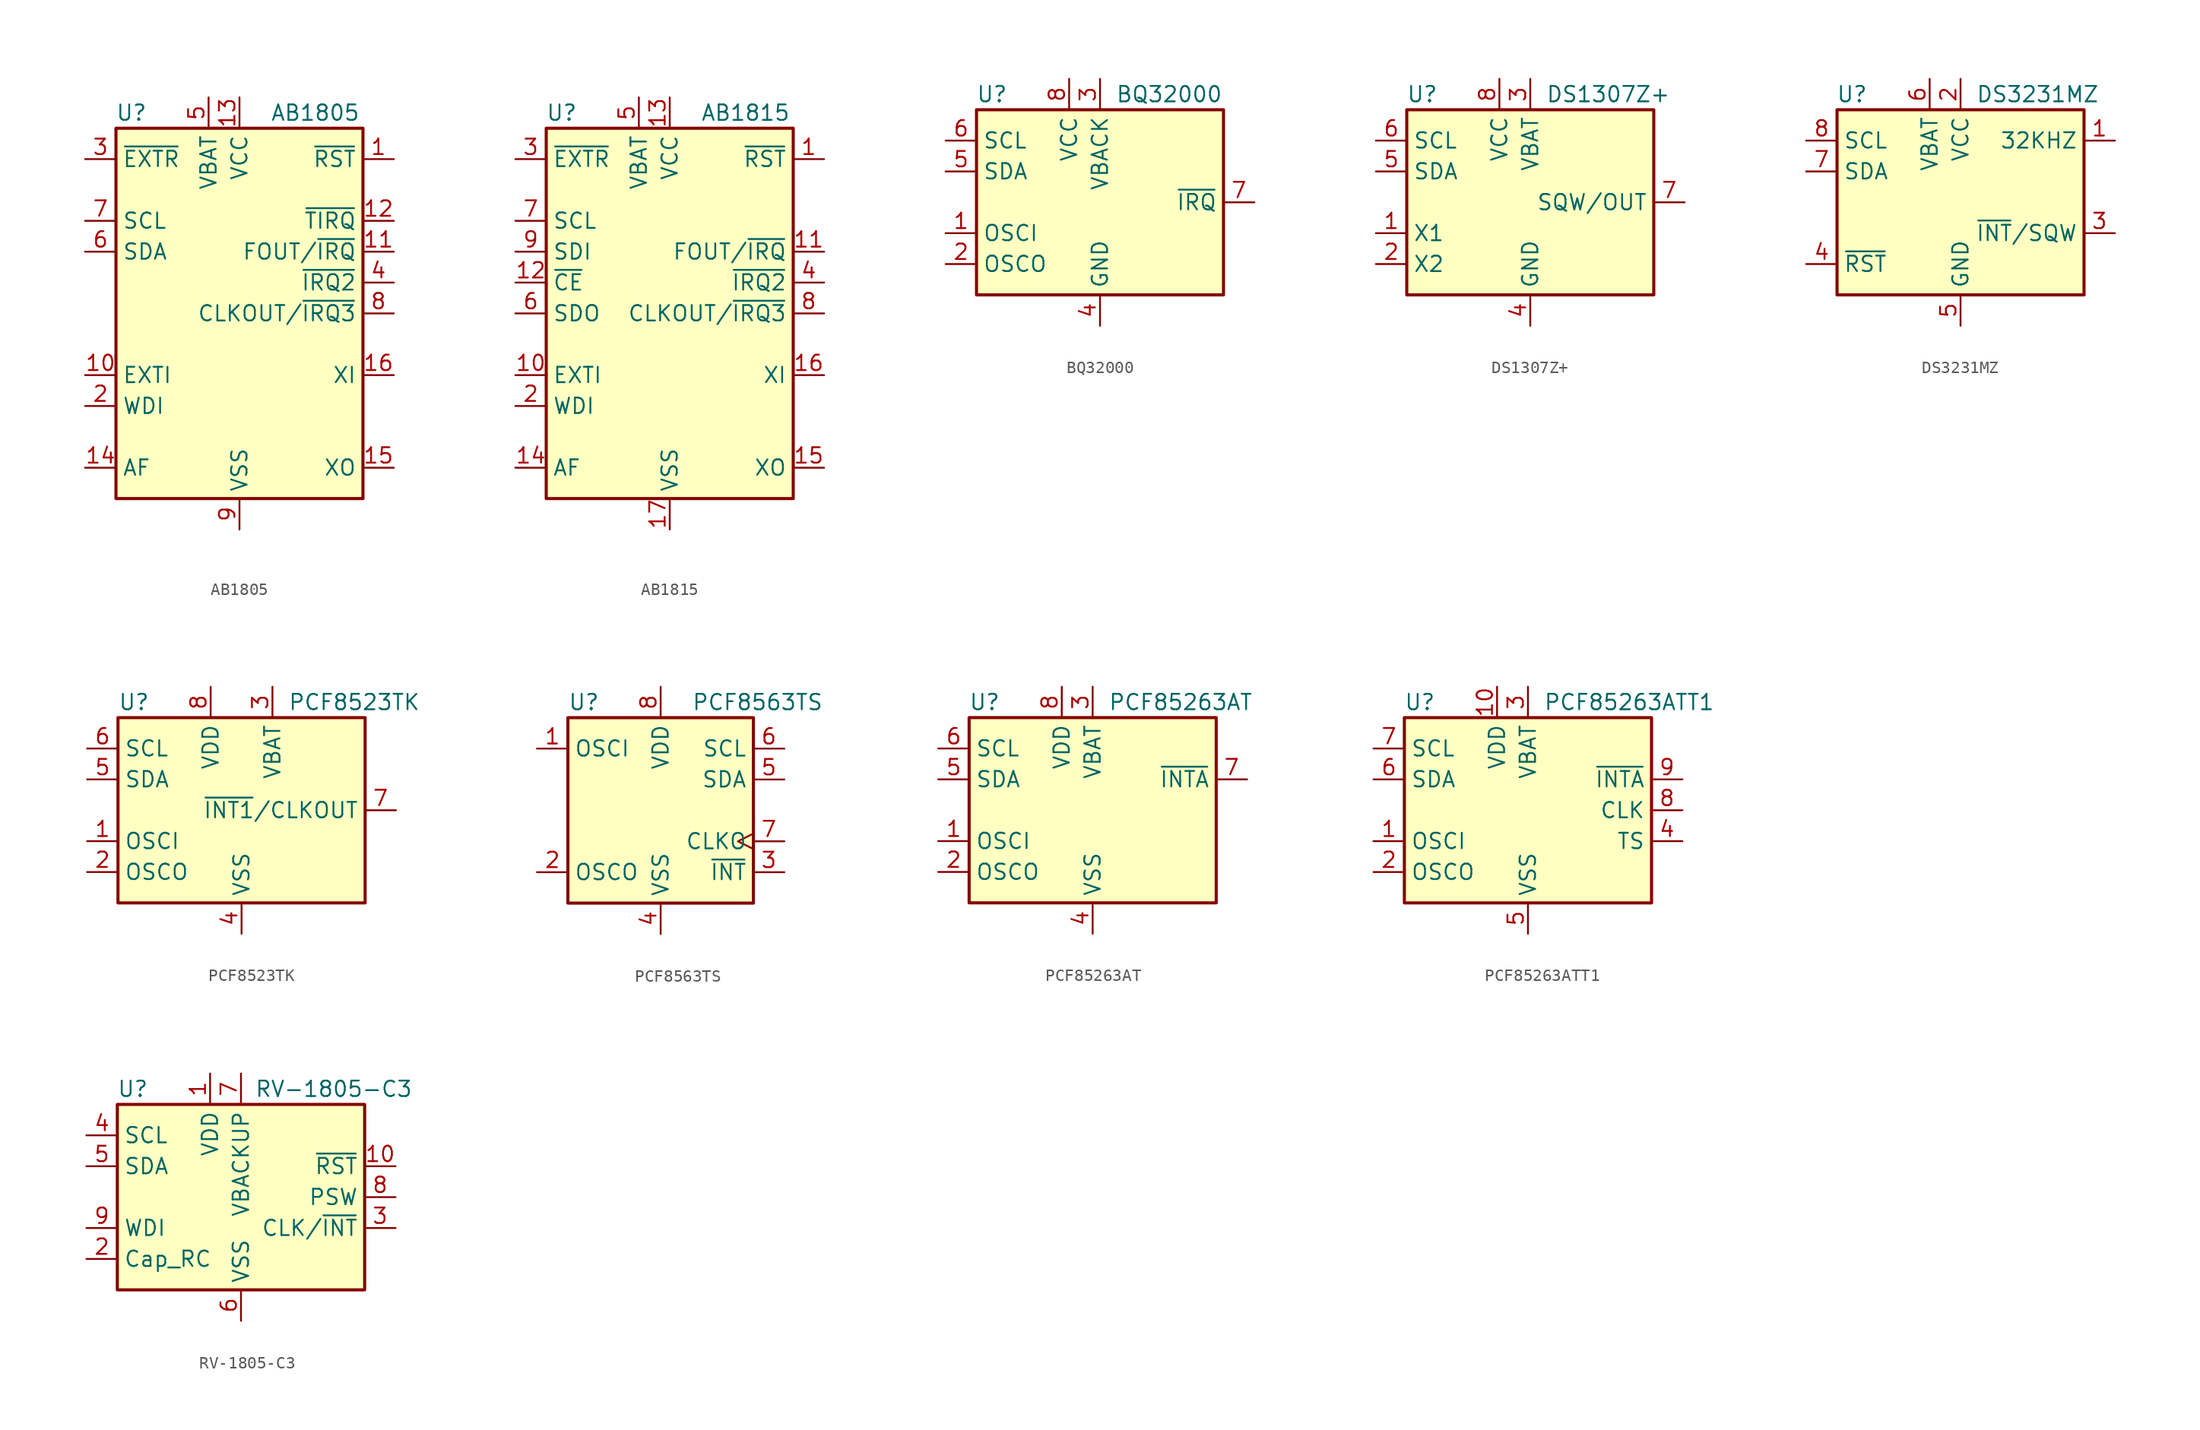
<source format=kicad_sym>
(kicad_symbol_lib
  (version 20201005)
  (generator kicad_symbol_editor)
  (symbol "Timer_RTC:AB1805"
    (property "Reference" "U"
      (at -8.89 16.51 0)
      (effects (font (size 1.27 1.27))))
    (property "Value" "AB1805"
      (at 2.54 16.51 0)
      (effects (font (size 1.27 1.27)) (justify left)))
    (symbol "AB1805_0_1"
      (rectangle (start -10.16 15.24) (end 10.16 -15.24) (stroke (width 0.254)) (fill (type background))))
    (symbol "AB1805_1_1"
      (pin open_collector line (at 12.7 12.7 180) (length 2.54) (name "~RST" (effects (font (size 1.27 1.27)))) (number "1" (effects (font (size 1.27 1.27)))))
      (pin input line (at -12.7 -5.08 0) (length 2.54) (name "EXTI" (effects (font (size 1.27 1.27)))) (number "10" (effects (font (size 1.27 1.27)))))
      (pin open_collector line (at 12.7 5.08 180) (length 2.54) (name "FOUT/~IRQ" (effects (font (size 1.27 1.27)))) (number "11" (effects (font (size 1.27 1.27)))))
      (pin open_collector line (at 12.7 7.62 180) (length 2.54) (name "~TIRQ" (effects (font (size 1.27 1.27)))) (number "12" (effects (font (size 1.27 1.27)))))
      (pin power_in line (at 0 17.78 270) (length 2.54) (name "VCC" (effects (font (size 1.27 1.27)))) (number "13" (effects (font (size 1.27 1.27)))))
      (pin passive line (at -12.7 -12.7 0) (length 2.54) (name "AF" (effects (font (size 1.27 1.27)))) (number "14" (effects (font (size 1.27 1.27)))))
      (pin output line (at 12.7 -12.7 180) (length 2.54) (name "XO" (effects (font (size 1.27 1.27)))) (number "15" (effects (font (size 1.27 1.27)))))
      (pin input line (at 12.7 -5.08 180) (length 2.54) (name "XI" (effects (font (size 1.27 1.27)))) (number "16" (effects (font (size 1.27 1.27)))))
      (pin passive line (at 0 -17.78 90) (length 2.54) hide (name "VSS" (effects (font (size 1.27 1.27)))) (number "17" (effects (font (size 1.27 1.27)))))
      (pin input line (at -12.7 -7.62 0) (length 2.54) (name "WDI" (effects (font (size 1.27 1.27)))) (number "2" (effects (font (size 1.27 1.27)))))
      (pin input line (at -12.7 12.7 0) (length 2.54) (name "~EXTR" (effects (font (size 1.27 1.27)))) (number "3" (effects (font (size 1.27 1.27)))))
      (pin open_collector line (at 12.7 2.54 180) (length 2.54) (name "~IRQ2" (effects (font (size 1.27 1.27)))) (number "4" (effects (font (size 1.27 1.27)))))
      (pin power_in line (at -2.54 17.78 270) (length 2.54) (name "VBAT" (effects (font (size 1.27 1.27)))) (number "5" (effects (font (size 1.27 1.27)))))
      (pin bidirectional line (at -12.7 5.08 0) (length 2.54) (name "SDA" (effects (font (size 1.27 1.27)))) (number "6" (effects (font (size 1.27 1.27)))))
      (pin input line (at -12.7 7.62 0) (length 2.54) (name "SCL" (effects (font (size 1.27 1.27)))) (number "7" (effects (font (size 1.27 1.27)))))
      (pin output line (at 12.7 0 180) (length 2.54) (name "CLKOUT/~IRQ3" (effects (font (size 1.27 1.27)))) (number "8" (effects (font (size 1.27 1.27)))))
      (pin power_in line (at 0 -17.78 90) (length 2.54) (name "VSS" (effects (font (size 1.27 1.27)))) (number "9" (effects (font (size 1.27 1.27)))))))
  (symbol "Timer_RTC:AB1815"
    (property "Reference" "U"
      (at -8.89 16.51 0)
      (effects (font (size 1.27 1.27))))
    (property "Value" "AB1815"
      (at 2.54 16.51 0)
      (effects (font (size 1.27 1.27)) (justify left)))
    (symbol "AB1815_0_1"
      (rectangle (start -10.16 15.24) (end 10.16 -15.24) (stroke (width 0.254)) (fill (type background))))
    (symbol "AB1815_1_1"
      (pin open_collector line (at 12.7 12.7 180) (length 2.54) (name "~RST" (effects (font (size 1.27 1.27)))) (number "1" (effects (font (size 1.27 1.27)))))
      (pin input line (at -12.7 -5.08 0) (length 2.54) (name "EXTI" (effects (font (size 1.27 1.27)))) (number "10" (effects (font (size 1.27 1.27)))))
      (pin open_collector line (at 12.7 5.08 180) (length 2.54) (name "FOUT/~IRQ" (effects (font (size 1.27 1.27)))) (number "11" (effects (font (size 1.27 1.27)))))
      (pin input line (at -12.7 2.54 0) (length 2.54) (name "~CE" (effects (font (size 1.27 1.27)))) (number "12" (effects (font (size 1.27 1.27)))))
      (pin power_in line (at 0 17.78 270) (length 2.54) (name "VCC" (effects (font (size 1.27 1.27)))) (number "13" (effects (font (size 1.27 1.27)))))
      (pin passive line (at -12.7 -12.7 0) (length 2.54) (name "AF" (effects (font (size 1.27 1.27)))) (number "14" (effects (font (size 1.27 1.27)))))
      (pin output line (at 12.7 -12.7 180) (length 2.54) (name "XO" (effects (font (size 1.27 1.27)))) (number "15" (effects (font (size 1.27 1.27)))))
      (pin input line (at 12.7 -5.08 180) (length 2.54) (name "XI" (effects (font (size 1.27 1.27)))) (number "16" (effects (font (size 1.27 1.27)))))
      (pin power_in line (at 0 -17.78 90) (length 2.54) (name "VSS" (effects (font (size 1.27 1.27)))) (number "17" (effects (font (size 1.27 1.27)))))
      (pin input line (at -12.7 -7.62 0) (length 2.54) (name "WDI" (effects (font (size 1.27 1.27)))) (number "2" (effects (font (size 1.27 1.27)))))
      (pin input line (at -12.7 12.7 0) (length 2.54) (name "~EXTR" (effects (font (size 1.27 1.27)))) (number "3" (effects (font (size 1.27 1.27)))))
      (pin open_collector line (at 12.7 2.54 180) (length 2.54) (name "~IRQ2" (effects (font (size 1.27 1.27)))) (number "4" (effects (font (size 1.27 1.27)))))
      (pin power_in line (at -2.54 17.78 270) (length 2.54) (name "VBAT" (effects (font (size 1.27 1.27)))) (number "5" (effects (font (size 1.27 1.27)))))
      (pin output line (at -12.7 0 0) (length 2.54) (name "SDO" (effects (font (size 1.27 1.27)))) (number "6" (effects (font (size 1.27 1.27)))))
      (pin input line (at -12.7 7.62 0) (length 2.54) (name "SCL" (effects (font (size 1.27 1.27)))) (number "7" (effects (font (size 1.27 1.27)))))
      (pin output line (at 12.7 0 180) (length 2.54) (name "CLKOUT/~IRQ3" (effects (font (size 1.27 1.27)))) (number "8" (effects (font (size 1.27 1.27)))))
      (pin input line (at -12.7 5.08 0) (length 2.54) (name "SDI" (effects (font (size 1.27 1.27)))) (number "9" (effects (font (size 1.27 1.27)))))))
  (symbol "Timer_RTC:BQ32000"
    (property "Reference" "U"
      (at -8.89 8.89 0)
      (effects (font (size 1.27 1.27))))
    (property "Value" "BQ32000"
      (at 1.27 8.89 0)
      (effects (font (size 1.27 1.27)) (justify left)))
    (symbol "BQ32000_0_1"
      (rectangle (start -10.16 7.62) (end 10.16 -7.62) (stroke (width 0.254)) (fill (type background))))
    (symbol "BQ32000_1_1"
      (pin input line (at -12.7 -2.54 0) (length 2.54) (name "OSCI" (effects (font (size 1.27 1.27)))) (number "1" (effects (font (size 1.27 1.27)))))
      (pin input line (at -12.7 -5.08 0) (length 2.54) (name "OSCO" (effects (font (size 1.27 1.27)))) (number "2" (effects (font (size 1.27 1.27)))))
      (pin power_in line (at 0 10.16 270) (length 2.54) (name "VBACK" (effects (font (size 1.27 1.27)))) (number "3" (effects (font (size 1.27 1.27)))))
      (pin power_in line (at 0 -10.16 90) (length 2.54) (name "GND" (effects (font (size 1.27 1.27)))) (number "4" (effects (font (size 1.27 1.27)))))
      (pin bidirectional line (at -12.7 2.54 0) (length 2.54) (name "SDA" (effects (font (size 1.27 1.27)))) (number "5" (effects (font (size 1.27 1.27)))))
      (pin input line (at -12.7 5.08 0) (length 2.54) (name "SCL" (effects (font (size 1.27 1.27)))) (number "6" (effects (font (size 1.27 1.27)))))
      (pin open_collector line (at 12.7 0 180) (length 2.54) (name "~IRQ" (effects (font (size 1.27 1.27)))) (number "7" (effects (font (size 1.27 1.27)))))
      (pin power_in line (at -2.54 10.16 270) (length 2.54) (name "VCC" (effects (font (size 1.27 1.27)))) (number "8" (effects (font (size 1.27 1.27)))))))
  (symbol "Timer_RTC:DS1307Z+"
    (property "Reference" "U"
      (at -8.89 8.89 0)
      (effects (font (size 1.27 1.27))))
    (property "Value" "DS1307Z+"
      (at 1.27 8.89 0)
      (effects (font (size 1.27 1.27)) (justify left)))
    (symbol "DS1307Z+_0_1"
      (rectangle (start -10.16 7.62) (end 10.16 -7.62) (stroke (width 0.254)) (fill (type background))))
    (symbol "DS1307Z+_1_1"
      (pin input line (at -12.7 -2.54 0) (length 2.54) (name "X1" (effects (font (size 1.27 1.27)))) (number "1" (effects (font (size 1.27 1.27)))))
      (pin input line (at -12.7 -5.08 0) (length 2.54) (name "X2" (effects (font (size 1.27 1.27)))) (number "2" (effects (font (size 1.27 1.27)))))
      (pin power_in line (at 0 10.16 270) (length 2.54) (name "VBAT" (effects (font (size 1.27 1.27)))) (number "3" (effects (font (size 1.27 1.27)))))
      (pin power_in line (at 0 -10.16 90) (length 2.54) (name "GND" (effects (font (size 1.27 1.27)))) (number "4" (effects (font (size 1.27 1.27)))))
      (pin bidirectional line (at -12.7 2.54 0) (length 2.54) (name "SDA" (effects (font (size 1.27 1.27)))) (number "5" (effects (font (size 1.27 1.27)))))
      (pin input line (at -12.7 5.08 0) (length 2.54) (name "SCL" (effects (font (size 1.27 1.27)))) (number "6" (effects (font (size 1.27 1.27)))))
      (pin open_collector line (at 12.7 0 180) (length 2.54) (name "SQW/OUT" (effects (font (size 1.27 1.27)))) (number "7" (effects (font (size 1.27 1.27)))))
      (pin power_in line (at -2.54 10.16 270) (length 2.54) (name "VCC" (effects (font (size 1.27 1.27)))) (number "8" (effects (font (size 1.27 1.27)))))))
  (symbol "Timer_RTC:DS3231MZ"
    (property "Reference" "U"
      (at -7.62 8.89 0)
      (effects (font (size 1.27 1.27)) (justify right)))
    (property "Value" "DS3231MZ"
      (at 11.43 8.89 0)
      (effects (font (size 1.27 1.27)) (justify right)))
    (symbol "DS3231MZ_0_1"
      (rectangle (start -10.16 7.62) (end 10.16 -7.62) (stroke (width 0.254)) (fill (type background))))
    (symbol "DS3231MZ_1_1"
      (pin open_collector line (at 12.7 5.08 180) (length 2.54) (name "32KHZ" (effects (font (size 1.27 1.27)))) (number "1" (effects (font (size 1.27 1.27)))))
      (pin power_in line (at 0 10.16 270) (length 2.54) (name "VCC" (effects (font (size 1.27 1.27)))) (number "2" (effects (font (size 1.27 1.27)))))
      (pin open_collector line (at 12.7 -2.54 180) (length 2.54) (name "~INT~/SQW" (effects (font (size 1.27 1.27)))) (number "3" (effects (font (size 1.27 1.27)))))
      (pin bidirectional line (at -12.7 -5.08 0) (length 2.54) (name "~RST" (effects (font (size 1.27 1.27)))) (number "4" (effects (font (size 1.27 1.27)))))
      (pin power_in line (at 0 -10.16 90) (length 2.54) (name "GND" (effects (font (size 1.27 1.27)))) (number "5" (effects (font (size 1.27 1.27)))))
      (pin power_in line (at -2.54 10.16 270) (length 2.54) (name "VBAT" (effects (font (size 1.27 1.27)))) (number "6" (effects (font (size 1.27 1.27)))))
      (pin bidirectional line (at -12.7 2.54 0) (length 2.54) (name "SDA" (effects (font (size 1.27 1.27)))) (number "7" (effects (font (size 1.27 1.27)))))
      (pin input line (at -12.7 5.08 0) (length 2.54) (name "SCL" (effects (font (size 1.27 1.27)))) (number "8" (effects (font (size 1.27 1.27)))))))
  (symbol "Timer_RTC:PCF8523TK"
    (property "Reference" "U"
      (at -10.16 8.89 0)
      (effects (font (size 1.27 1.27)) (justify left)))
    (property "Value" "PCF8523TK"
      (at 3.81 8.89 0)
      (effects (font (size 1.27 1.27)) (justify left)))
    (symbol "PCF8523TK_0_1"
      (rectangle (start -10.16 7.62) (end 10.16 -7.62) (stroke (width 0.254)) (fill (type background))))
    (symbol "PCF8523TK_1_1"
      (pin input line (at -12.7 -2.54 0) (length 2.54) (name "OSCI" (effects (font (size 1.27 1.27)))) (number "1" (effects (font (size 1.27 1.27)))))
      (pin output line (at -12.7 -5.08 0) (length 2.54) (name "OSCO" (effects (font (size 1.27 1.27)))) (number "2" (effects (font (size 1.27 1.27)))))
      (pin power_in line (at 2.54 10.16 270) (length 2.54) (name "VBAT" (effects (font (size 1.27 1.27)))) (number "3" (effects (font (size 1.27 1.27)))))
      (pin power_in line (at 0 -10.16 90) (length 2.54) (name "VSS" (effects (font (size 1.27 1.27)))) (number "4" (effects (font (size 1.27 1.27)))))
      (pin bidirectional line (at -12.7 2.54 0) (length 2.54) (name "SDA" (effects (font (size 1.27 1.27)))) (number "5" (effects (font (size 1.27 1.27)))))
      (pin input line (at -12.7 5.08 0) (length 2.54) (name "SCL" (effects (font (size 1.27 1.27)))) (number "6" (effects (font (size 1.27 1.27)))))
      (pin open_collector line (at 12.7 0 180) (length 2.54) (name "~INT1~/CLKOUT" (effects (font (size 1.27 1.27)))) (number "7" (effects (font (size 1.27 1.27)))))
      (pin power_in line (at -2.54 10.16 270) (length 2.54) (name "VDD" (effects (font (size 1.27 1.27)))) (number "8" (effects (font (size 1.27 1.27)))))
      (pin passive line (at 0 -10.16 90) (length 2.54) hide (name "VSS" (effects (font (size 1.27 1.27)))) (number "9" (effects (font (size 1.27 1.27)))))))
  (symbol "Timer_RTC:PCF8563TS"
    (property "Reference" "U"
      (at -7.62 8.89 0)
      (effects (font (size 1.27 1.27)) (justify left)))
    (property "Value" "PCF8563TS"
      (at 2.54 8.89 0)
      (effects (font (size 1.27 1.27)) (justify left)))
    (symbol "PCF8563TS_0_1"
      (rectangle (start -7.62 7.62) (end 7.62 -7.62) (stroke (width 0.254)) (fill (type background))))
    (symbol "PCF8563TS_1_1"
      (pin input line (at -10.16 5.08 0) (length 2.54) (name "OSCI" (effects (font (size 1.27 1.27)))) (number "1" (effects (font (size 1.27 1.27)))))
      (pin output line (at -10.16 -5.08 0) (length 2.54) (name "OSCO" (effects (font (size 1.27 1.27)))) (number "2" (effects (font (size 1.27 1.27)))))
      (pin output line (at 10.16 -5.08 180) (length 2.54) (name "~INT~" (effects (font (size 1.27 1.27)))) (number "3" (effects (font (size 1.27 1.27)))))
      (pin power_in line (at 0 -10.16 90) (length 2.54) (name "VSS" (effects (font (size 1.27 1.27)))) (number "4" (effects (font (size 1.27 1.27)))))
      (pin bidirectional line (at 10.16 2.54 180) (length 2.54) (name "SDA" (effects (font (size 1.27 1.27)))) (number "5" (effects (font (size 1.27 1.27)))))
      (pin input line (at 10.16 5.08 180) (length 2.54) (name "SCL" (effects (font (size 1.27 1.27)))) (number "6" (effects (font (size 1.27 1.27)))))
      (pin output clock (at 10.16 -2.54 180) (length 2.54) (name "CLKO" (effects (font (size 1.27 1.27)))) (number "7" (effects (font (size 1.27 1.27)))))
      (pin power_in line (at 0 10.16 270) (length 2.54) (name "VDD" (effects (font (size 1.27 1.27)))) (number "8" (effects (font (size 1.27 1.27)))))))
  (symbol "Timer_RTC:PCF85263AT"
    (property "Reference" "U"
      (at -8.89 8.89 0)
      (effects (font (size 1.27 1.27))))
    (property "Value" "PCF85263AT"
      (at 1.27 8.89 0)
      (effects (font (size 1.27 1.27)) (justify left)))
    (symbol "PCF85263AT_0_1"
      (rectangle (start -10.16 7.62) (end 10.16 -7.62) (stroke (width 0.254)) (fill (type background))))
    (symbol "PCF85263AT_1_1"
      (pin input line (at -12.7 -2.54 0) (length 2.54) (name "OSCI" (effects (font (size 1.27 1.27)))) (number "1" (effects (font (size 1.27 1.27)))))
      (pin output line (at -12.7 -5.08 0) (length 2.54) (name "OSCO" (effects (font (size 1.27 1.27)))) (number "2" (effects (font (size 1.27 1.27)))))
      (pin power_in line (at 0 10.16 270) (length 2.54) (name "VBAT" (effects (font (size 1.27 1.27)))) (number "3" (effects (font (size 1.27 1.27)))))
      (pin power_in line (at 0 -10.16 90) (length 2.54) (name "VSS" (effects (font (size 1.27 1.27)))) (number "4" (effects (font (size 1.27 1.27)))))
      (pin bidirectional line (at -12.7 2.54 0) (length 2.54) (name "SDA" (effects (font (size 1.27 1.27)))) (number "5" (effects (font (size 1.27 1.27)))))
      (pin input line (at -12.7 5.08 0) (length 2.54) (name "SCL" (effects (font (size 1.27 1.27)))) (number "6" (effects (font (size 1.27 1.27)))))
      (pin open_collector line (at 12.7 2.54 180) (length 2.54) (name "~INTA" (effects (font (size 1.27 1.27)))) (number "7" (effects (font (size 1.27 1.27)))))
      (pin power_in line (at -2.54 10.16 270) (length 2.54) (name "VDD" (effects (font (size 1.27 1.27)))) (number "8" (effects (font (size 1.27 1.27)))))))
  (symbol "Timer_RTC:PCF85263ATT1"
    (property "Reference" "U"
      (at -8.89 8.89 0)
      (effects (font (size 1.27 1.27))))
    (property "Value" "PCF85263ATT1"
      (at 1.27 8.89 0)
      (effects (font (size 1.27 1.27)) (justify left)))
    (symbol "PCF85263ATT1_0_1"
      (rectangle (start -10.16 7.62) (end 10.16 -7.62) (stroke (width 0.254)) (fill (type background))))
    (symbol "PCF85263ATT1_1_1"
      (pin input line (at -12.7 -2.54 0) (length 2.54) (name "OSCI" (effects (font (size 1.27 1.27)))) (number "1" (effects (font (size 1.27 1.27)))))
      (pin power_in line (at -2.54 10.16 270) (length 2.54) (name "VDD" (effects (font (size 1.27 1.27)))) (number "10" (effects (font (size 1.27 1.27)))))
      (pin output line (at -12.7 -5.08 0) (length 2.54) (name "OSCO" (effects (font (size 1.27 1.27)))) (number "2" (effects (font (size 1.27 1.27)))))
      (pin power_in line (at 0 10.16 270) (length 2.54) (name "VBAT" (effects (font (size 1.27 1.27)))) (number "3" (effects (font (size 1.27 1.27)))))
      (pin bidirectional line (at 12.7 -2.54 180) (length 2.54) (name "TS" (effects (font (size 1.27 1.27)))) (number "4" (effects (font (size 1.27 1.27)))))
      (pin power_in line (at 0 -10.16 90) (length 2.54) (name "VSS" (effects (font (size 1.27 1.27)))) (number "5" (effects (font (size 1.27 1.27)))))
      (pin bidirectional line (at -12.7 2.54 0) (length 2.54) (name "SDA" (effects (font (size 1.27 1.27)))) (number "6" (effects (font (size 1.27 1.27)))))
      (pin input line (at -12.7 5.08 0) (length 2.54) (name "SCL" (effects (font (size 1.27 1.27)))) (number "7" (effects (font (size 1.27 1.27)))))
      (pin output line (at 12.7 0 180) (length 2.54) (name "CLK" (effects (font (size 1.27 1.27)))) (number "8" (effects (font (size 1.27 1.27)))))
      (pin open_collector line (at 12.7 2.54 180) (length 2.54) (name "~INTA" (effects (font (size 1.27 1.27)))) (number "9" (effects (font (size 1.27 1.27)))))))
  (symbol "Timer_RTC:RV-1805-C3"
    (property "Reference" "U"
      (at -8.89 8.89 0)
      (effects (font (size 1.27 1.27))))
    (property "Value" "RV-1805-C3"
      (at 7.62 8.89 0)
      (effects (font (size 1.27 1.27))))
    (symbol "RV-1805-C3_0_1"
      (rectangle (start 10.16 7.62) (end -10.16 -7.62) (stroke (width 0.254)) (fill (type background))))
    (symbol "RV-1805-C3_1_1"
      (pin power_in line (at -2.54 10.16 270) (length 2.54) (name "VDD" (effects (font (size 1.27 1.27)))) (number "1" (effects (font (size 1.27 1.27)))))
      (pin open_collector line (at 12.7 2.54 180) (length 2.54) (name "~RST" (effects (font (size 1.27 1.27)))) (number "10" (effects (font (size 1.27 1.27)))))
      (pin passive line (at -12.7 -5.08 0) (length 2.54) (name "Cap_RC" (effects (font (size 1.27 1.27)))) (number "2" (effects (font (size 1.27 1.27)))))
      (pin open_collector line (at 12.7 -2.54 180) (length 2.54) (name "CLK/~INT" (effects (font (size 1.27 1.27)))) (number "3" (effects (font (size 1.27 1.27)))))
      (pin input line (at -12.7 5.08 0) (length 2.54) (name "SCL" (effects (font (size 1.27 1.27)))) (number "4" (effects (font (size 1.27 1.27)))))
      (pin bidirectional line (at -12.7 2.54 0) (length 2.54) (name "SDA" (effects (font (size 1.27 1.27)))) (number "5" (effects (font (size 1.27 1.27)))))
      (pin power_in line (at 0 -10.16 90) (length 2.54) (name "VSS" (effects (font (size 1.27 1.27)))) (number "6" (effects (font (size 1.27 1.27)))))
      (pin power_in line (at 0 10.16 270) (length 2.54) (name "VBACKUP" (effects (font (size 1.27 1.27)))) (number "7" (effects (font (size 1.27 1.27)))))
      (pin open_collector line (at 12.7 0 180) (length 2.54) (name "PSW" (effects (font (size 1.27 1.27)))) (number "8" (effects (font (size 1.27 1.27)))))
      (pin input line (at -12.7 -2.54 0) (length 2.54) (name "WDI" (effects (font (size 1.27 1.27)))) (number "9" (effects (font (size 1.27 1.27))))))))
</source>
